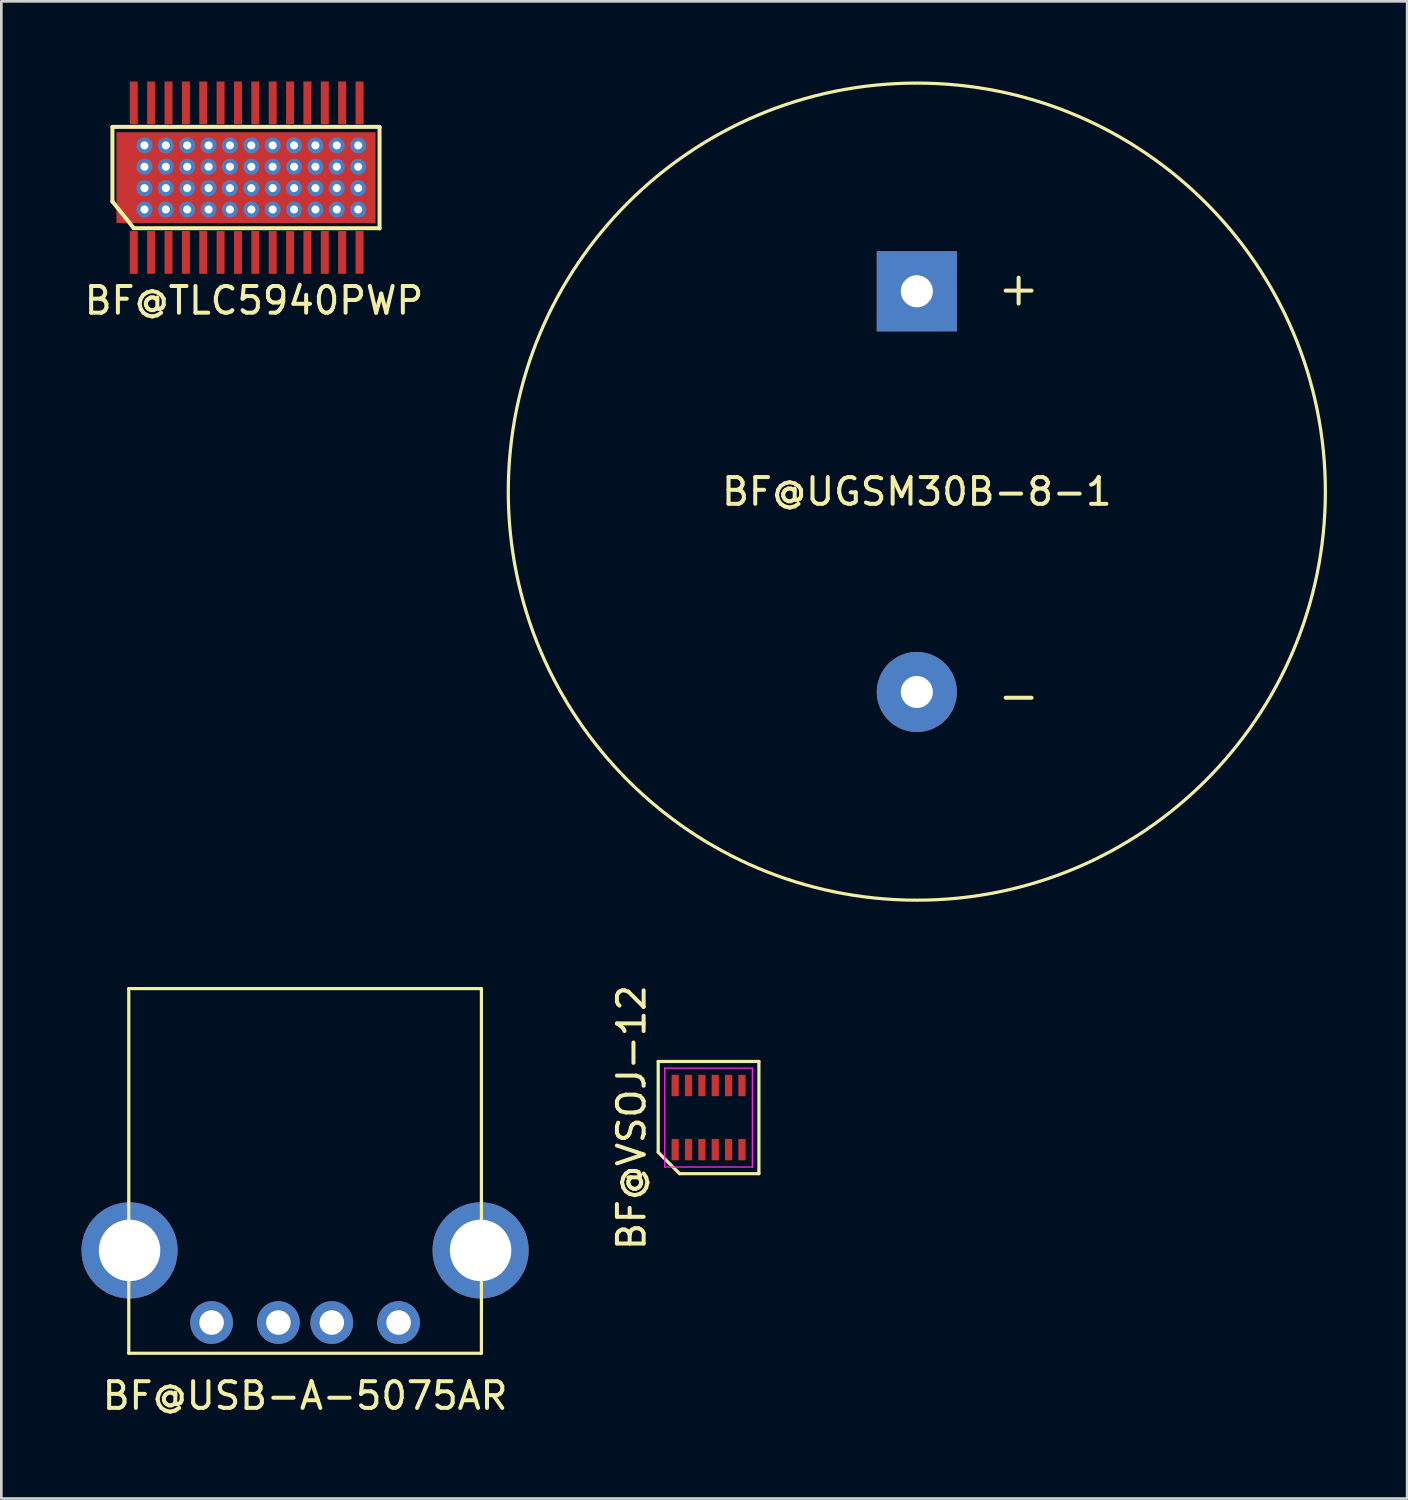
<source format=kicad_pcb>
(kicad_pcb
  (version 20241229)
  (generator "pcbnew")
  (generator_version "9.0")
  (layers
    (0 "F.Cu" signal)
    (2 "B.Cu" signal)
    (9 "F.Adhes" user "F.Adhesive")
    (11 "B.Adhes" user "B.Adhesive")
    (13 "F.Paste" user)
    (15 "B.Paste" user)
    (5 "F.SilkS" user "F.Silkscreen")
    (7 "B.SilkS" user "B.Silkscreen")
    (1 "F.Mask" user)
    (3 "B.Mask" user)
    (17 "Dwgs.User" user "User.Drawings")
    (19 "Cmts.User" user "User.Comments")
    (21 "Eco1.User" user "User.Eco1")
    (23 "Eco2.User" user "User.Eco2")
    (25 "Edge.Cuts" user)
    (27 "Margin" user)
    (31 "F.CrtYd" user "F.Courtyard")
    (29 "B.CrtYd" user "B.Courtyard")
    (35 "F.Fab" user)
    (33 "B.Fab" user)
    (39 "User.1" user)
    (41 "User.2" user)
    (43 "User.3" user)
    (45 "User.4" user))
  (footprint "BF@UGSM30B-8-1"
    (layer "F.Cu")
    (at 31.269 15.353)
    (property "Reference" "BF@UGSM30B-8-1" (at 0 0 0) (layer "F.SilkS") (effects (font (size 1 1) (thickness 0.15))))
    (attr through_hole)
    (fp_circle (center 0 0) (end 1.27 -15.24) (stroke (width 0.12) (type solid)) (fill no) (layer "F.SilkS"))
    (fp_text user "+" (at 3.81 -7.62 0) (layer "F.SilkS") (effects (font (size 1.27 1.27) (thickness 0.15))))
    (fp_text user "-" (at 3.81 7.62 0) (layer "F.SilkS") (effects (font (size 1.27 1.27) (thickness 0.15))))
    (pad "1" thru_hole rect (at 0 -7.5) (size 3 3) (drill 1.2) (layers "*.Cu" "*.Mask"))
    (pad "2" thru_hole circle (at 0 7.5) (size 3 3) (drill 1.2) (layers "*.Cu" "*.Mask")))
  (footprint "BF@VSOJ-12"
    (layer "F.Cu")
    (at 23.473 38.783)
    (property "Reference" "BF@VSOJ-12" (at -2.885 0 90) (layer "F.SilkS") (effects (font (size 1 1) (thickness 0.15))))
    (attr smd)
    (fp_line (start -1.885 -2.1) (end 1.885 -2.1) (stroke (width 0.12) (type solid)) (layer "F.SilkS"))
    (fp_line (start -1.885 1.3) (end -1.885 -2.1) (stroke (width 0.12) (type solid)) (layer "F.SilkS"))
    (fp_line (start -1.085 2.1) (end -1.885 1.3) (stroke (width 0.12) (type solid)) (layer "F.SilkS"))
    (fp_line (start 1.885 -2.1) (end 1.885 2.1) (stroke (width 0.12) (type solid)) (layer "F.SilkS"))
    (fp_line (start 1.885 2.1) (end -1.085 2.1) (stroke (width 0.12) (type solid)) (layer "F.SilkS"))
    (fp_line (start -1.64 -1.85) (end 1.64 -1.85) (stroke (width 0.05) (type solid)) (layer "F.CrtYd"))
    (fp_line (start -1.64 1.85) (end -1.64 -1.85) (stroke (width 0.05) (type solid)) (layer "F.CrtYd"))
    (fp_line (start 1.64 -1.85) (end 1.64 1.85) (stroke (width 0.05) (type solid)) (layer "F.CrtYd"))
    (fp_line (start 1.64 1.85) (end -1.64 1.85) (stroke (width 0.05) (type solid)) (layer "F.CrtYd"))
    (pad "1" smd rect (at -1.25 1.2) (size 0.27 0.8) (layers "F.Cu" "F.Mask" "F.Paste"))
    (pad "2" smd rect (at -0.75 1.2) (size 0.27 0.8) (layers "F.Cu" "F.Mask" "F.Paste"))
    (pad "3" smd rect (at -0.25 1.2) (size 0.27 0.8) (layers "F.Cu" "F.Mask" "F.Paste"))
    (pad "4" smd rect (at 0.25 1.2) (size 0.27 0.8) (layers "F.Cu" "F.Mask" "F.Paste"))
    (pad "5" smd rect (at 0.75 1.2) (size 0.27 0.8) (layers "F.Cu" "F.Mask" "F.Paste"))
    (pad "6" smd rect (at 1.25 1.2) (size 0.27 0.8) (layers "F.Cu" "F.Mask" "F.Paste"))
    (pad "7" smd rect (at 1.25 -1.2) (size 0.27 0.8) (layers "F.Cu" "F.Mask" "F.Paste"))
    (pad "8" smd rect (at 0.75 -1.2) (size 0.27 0.8) (layers "F.Cu" "F.Mask" "F.Paste"))
    (pad "9" smd rect (at 0.25 -1.2) (size 0.27 0.8) (layers "F.Cu" "F.Mask" "F.Paste"))
    (pad "10" smd rect (at -0.25 -1.2) (size 0.27 0.8) (layers "F.Cu" "F.Mask" "F.Paste"))
    (pad "11" smd rect (at -0.75 -1.2) (size 0.27 0.8) (layers "F.Cu" "F.Mask" "F.Paste"))
    (pad "12" smd rect (at -1.25 -1.2) (size 0.27 0.8) (layers "F.Cu" "F.Mask" "F.Paste")))
  (footprint "BF@USB-A-5075AR"
    (layer "F.Cu")
    (at 8.37 33.956)
    (property "Reference" "BF@USB-A-5075AR" (at 0 15.24 0) (layer "F.SilkS") (effects (font (size 1 1) (thickness 0.15))))
    (attr through_hole)
    (fp_line (start -6.6 0) (end 6.6 0) (stroke (width 0.12) (type solid)) (layer "F.SilkS"))
    (fp_line (start -6.6 13.65) (end -6.6 0) (stroke (width 0.12) (type solid)) (layer "F.SilkS"))
    (fp_line (start 6.6 0) (end 6.6 13.65) (stroke (width 0.12) (type solid)) (layer "F.SilkS"))
    (fp_line (start 6.6 13.65) (end -6.6 13.65) (stroke (width 0.12) (type solid)) (layer "F.SilkS"))
    (pad "1" thru_hole circle (at 3.5 12.5) (size 1.6 1.6) (drill 0.92) (layers "*.Cu" "*.Mask"))
    (pad "2" thru_hole circle (at 1 12.5) (size 1.6 1.6) (drill 0.92) (layers "*.Cu" "*.Mask"))
    (pad "3" thru_hole circle (at -1 12.5) (size 1.6 1.6) (drill 0.92) (layers "*.Cu" "*.Mask"))
    (pad "4" thru_hole circle (at -3.5 12.5) (size 1.6 1.6) (drill 0.92) (layers "*.Cu" "*.Mask"))
    (pad "5" thru_hole circle (at -6.57 9.8) (size 3.6 3.6) (drill 2.3) (layers "*.Cu" "*.Mask"))
    (pad "5" thru_hole circle (at 6.57 9.8) (size 3.6 3.6) (drill 2.3) (layers "*.Cu" "*.Mask")))
  (footprint "BF@TLC5940PWP"
    (layer "F.Cu")
    (at 1.958 6.392)
    (property "Reference" "BF@TLC5940PWP" (at 4.5 1.808 0) (layer "F.SilkS") (effects (font (size 1 1) (thickness 0.15))))
    (attr through_hole)
    (fp_line (start -0.8 -4.692) (end 9.2 -4.692) (stroke (width 0.15) (type solid)) (layer "F.SilkS"))
    (fp_line (start -0.8 -1.892) (end -0.8 -4.692) (stroke (width 0.15) (type solid)) (layer "F.SilkS"))
    (fp_line (start 0 -0.9) (end -0.8 -1.9) (stroke (width 0.15) (type solid)) (layer "F.SilkS"))
    (fp_line (start 9.2 -4.692) (end 9.2 -0.892) (stroke (width 0.15) (type solid)) (layer "F.SilkS"))
    (fp_line (start 9.2 -0.9) (end 0 -0.9) (stroke (width 0.15) (type solid)) (layer "F.SilkS"))
    (pad "1" smd rect (at 0 0.008) (size 0.3 1.6) (layers "F.Cu" "F.Mask" "F.Paste"))
    (pad "2" smd rect (at 0.65 0.008) (size 0.3 1.6) (layers "F.Cu" "F.Mask" "F.Paste"))
    (pad "3" smd rect (at 1.3 0.008) (size 0.3 1.6) (layers "F.Cu" "F.Mask" "F.Paste"))
    (pad "4" smd rect (at 1.95 0.008) (size 0.3 1.6) (layers "F.Cu" "F.Mask" "F.Paste"))
    (pad "5" smd rect (at 2.6 0.008) (size 0.3 1.6) (layers "F.Cu" "F.Mask" "F.Paste"))
    (pad "6" smd rect (at 3.25 0.008) (size 0.3 1.6) (layers "F.Cu" "F.Mask" "F.Paste"))
    (pad "7" smd rect (at 3.9 0.008) (size 0.3 1.6) (layers "F.Cu" "F.Mask" "F.Paste"))
    (pad "8" smd rect (at 4.55 0.008) (size 0.3 1.6) (layers "F.Cu" "F.Mask" "F.Paste"))
    (pad "9" smd rect (at 5.2 0.008) (size 0.3 1.6) (layers "F.Cu" "F.Mask" "F.Paste"))
    (pad "10" smd rect (at 5.85 0.008) (size 0.3 1.6) (layers "F.Cu" "F.Mask" "F.Paste"))
    (pad "11" smd rect (at 6.5 0.008) (size 0.3 1.6) (layers "F.Cu" "F.Mask" "F.Paste"))
    (pad "12" smd rect (at 7.15 0.008) (size 0.3 1.6) (layers "F.Cu" "F.Mask" "F.Paste"))
    (pad "13" smd rect (at 7.8 0.008) (size 0.3 1.6) (layers "F.Cu" "F.Mask" "F.Paste"))
    (pad "14" smd rect (at 8.45 0.008) (size 0.3 1.6) (layers "F.Cu" "F.Mask" "F.Paste"))
    (pad "15" smd rect (at 8.45 -5.592) (size 0.3 1.6) (layers "F.Cu" "F.Mask" "F.Paste"))
    (pad "16" smd rect (at 7.8 -5.592) (size 0.3 1.6) (layers "F.Cu" "F.Mask" "F.Paste"))
    (pad "17" smd rect (at 7.15 -5.592) (size 0.3 1.6) (layers "F.Cu" "F.Mask" "F.Paste"))
    (pad "18" smd rect (at 6.5 -5.592) (size 0.3 1.6) (layers "F.Cu" "F.Mask" "F.Paste"))
    (pad "19" smd rect (at 5.85 -5.592) (size 0.3 1.6) (layers "F.Cu" "F.Mask" "F.Paste"))
    (pad "20" smd rect (at 5.2 -5.592) (size 0.3 1.6) (layers "F.Cu" "F.Mask" "F.Paste"))
    (pad "21" smd rect (at 4.55 -5.592) (size 0.3 1.6) (layers "F.Cu" "F.Mask" "F.Paste"))
    (pad "22" smd rect (at 3.9 -5.592) (size 0.3 1.6) (layers "F.Cu" "F.Mask" "F.Paste"))
    (pad "23" smd rect (at 3.25 -5.592) (size 0.3 1.6) (layers "F.Cu" "F.Mask" "F.Paste"))
    (pad "24" smd rect (at 2.6 -5.592) (size 0.3 1.6) (layers "F.Cu" "F.Mask" "F.Paste"))
    (pad "25" smd rect (at 1.95 -5.592) (size 0.3 1.6) (layers "F.Cu" "F.Mask" "F.Paste"))
    (pad "26" smd rect (at 1.3 -5.592) (size 0.3 1.6) (layers "F.Cu" "F.Mask" "F.Paste"))
    (pad "27" smd rect (at 0.65 -5.592) (size 0.3 1.6) (layers "F.Cu" "F.Mask" "F.Paste"))
    (pad "28" smd rect (at 0 -5.592) (size 0.3 1.6) (layers "F.Cu" "F.Mask" "F.Paste"))
    (pad "29" thru_hole circle (at 0.4 -4) (size 0.6 0.6) (drill 0.3) (layers "*.Cu"))
    (pad "29" thru_hole circle (at 0.4 -3.2) (size 0.6 0.6) (drill 0.3) (layers "*.Cu"))
    (pad "29" thru_hole circle (at 0.4 -2.4) (size 0.6 0.6) (drill 0.3) (layers "*.Cu"))
    (pad "29" thru_hole circle (at 0.4 -1.6) (size 0.6 0.6) (drill 0.3) (layers "*.Cu"))
    (pad "29" thru_hole circle (at 1.2 -4) (size 0.6 0.6) (drill 0.3) (layers "*.Cu"))
    (pad "29" thru_hole circle (at 1.2 -3.2) (size 0.6 0.6) (drill 0.3) (layers "*.Cu"))
    (pad "29" thru_hole circle (at 1.2 -2.4) (size 0.6 0.6) (drill 0.3) (layers "*.Cu"))
    (pad "29" thru_hole circle (at 1.2 -1.6) (size 0.6 0.6) (drill 0.3) (layers "*.Cu"))
    (pad "29" thru_hole circle (at 2 -4) (size 0.6 0.6) (drill 0.3) (layers "*.Cu"))
    (pad "29" thru_hole circle (at 2 -3.2) (size 0.6 0.6) (drill 0.3) (layers "*.Cu"))
    (pad "29" thru_hole circle (at 2 -2.4) (size 0.6 0.6) (drill 0.3) (layers "*.Cu"))
    (pad "29" thru_hole circle (at 2 -1.6) (size 0.6 0.6) (drill 0.3) (layers "*.Cu"))
    (pad "29" thru_hole circle (at 2.8 -4) (size 0.6 0.6) (drill 0.3) (layers "*.Cu"))
    (pad "29" thru_hole circle (at 2.8 -3.2) (size 0.6 0.6) (drill 0.3) (layers "*.Cu"))
    (pad "29" thru_hole circle (at 2.8 -2.4) (size 0.6 0.6) (drill 0.3) (layers "*.Cu"))
    (pad "29" thru_hole circle (at 2.8 -1.6) (size 0.6 0.6) (drill 0.3) (layers "*.Cu"))
    (pad "29" thru_hole circle (at 3.6 -4) (size 0.6 0.6) (drill 0.3) (layers "*.Cu"))
    (pad "29" thru_hole circle (at 3.6 -3.2) (size 0.6 0.6) (drill 0.3) (layers "*.Cu"))
    (pad "29" thru_hole circle (at 3.6 -2.4) (size 0.6 0.6) (drill 0.3) (layers "*.Cu"))
    (pad "29" thru_hole circle (at 3.6 -1.6) (size 0.6 0.6) (drill 0.3) (layers "*.Cu"))
    (pad "29" smd rect (at 4.2 -2.792) (size 9.7 3.4) (layers "F.Cu" "F.Mask" "F.Paste"))
    (pad "29" thru_hole circle (at 4.4 -4) (size 0.6 0.6) (drill 0.3) (layers "*.Cu"))
    (pad "29" thru_hole circle (at 4.4 -3.2) (size 0.6 0.6) (drill 0.3) (layers "*.Cu"))
    (pad "29" thru_hole circle (at 4.4 -2.4) (size 0.6 0.6) (drill 0.3) (layers "*.Cu"))
    (pad "29" thru_hole circle (at 4.4 -1.6) (size 0.6 0.6) (drill 0.3) (layers "*.Cu"))
    (pad "29" thru_hole circle (at 5.2 -4) (size 0.6 0.6) (drill 0.3) (layers "*.Cu"))
    (pad "29" thru_hole circle (at 5.2 -3.2) (size 0.6 0.6) (drill 0.3) (layers "*.Cu"))
    (pad "29" thru_hole circle (at 5.2 -2.4) (size 0.6 0.6) (drill 0.3) (layers "*.Cu"))
    (pad "29" thru_hole circle (at 5.2 -1.6) (size 0.6 0.6) (drill 0.3) (layers "*.Cu"))
    (pad "29" thru_hole circle (at 6 -4) (size 0.6 0.6) (drill 0.3) (layers "*.Cu"))
    (pad "29" thru_hole circle (at 6 -3.2) (size 0.6 0.6) (drill 0.3) (layers "*.Cu"))
    (pad "29" thru_hole circle (at 6 -2.4) (size 0.6 0.6) (drill 0.3) (layers "*.Cu"))
    (pad "29" thru_hole circle (at 6 -1.6) (size 0.6 0.6) (drill 0.3) (layers "*.Cu"))
    (pad "29" thru_hole circle (at 6.8 -4) (size 0.6 0.6) (drill 0.3) (layers "*.Cu"))
    (pad "29" thru_hole circle (at 6.8 -3.2) (size 0.6 0.6) (drill 0.3) (layers "*.Cu"))
    (pad "29" thru_hole circle (at 6.8 -2.4) (size 0.6 0.6) (drill 0.3) (layers "*.Cu"))
    (pad "29" thru_hole circle (at 6.8 -1.6) (size 0.6 0.6) (drill 0.3) (layers "*.Cu"))
    (pad "29" thru_hole circle (at 7.6 -4) (size 0.6 0.6) (drill 0.3) (layers "*.Cu"))
    (pad "29" thru_hole circle (at 7.6 -3.2) (size 0.6 0.6) (drill 0.3) (layers "*.Cu"))
    (pad "29" thru_hole circle (at 7.6 -2.4) (size 0.6 0.6) (drill 0.3) (layers "*.Cu"))
    (pad "29" thru_hole circle (at 7.6 -1.6) (size 0.6 0.6) (drill 0.3) (layers "*.Cu"))
    (pad "29" thru_hole circle (at 8.4 -4) (size 0.6 0.6) (drill 0.3) (layers "*.Cu"))
    (pad "29" thru_hole circle (at 8.4 -3.2) (size 0.6 0.6) (drill 0.3) (layers "*.Cu"))
    (pad "29" thru_hole circle (at 8.4 -2.4) (size 0.6 0.6) (drill 0.3) (layers "*.Cu"))
    (pad "29" thru_hole circle (at 8.4 -1.6) (size 0.6 0.6) (drill 0.3) (layers "*.Cu")))
  (gr_rect
    (start -3 -3)
    (end 49.622 53.044)
    (stroke (width 0.1) (type default))
    (fill no)
    (layer "Edge.Cuts")))
</source>
